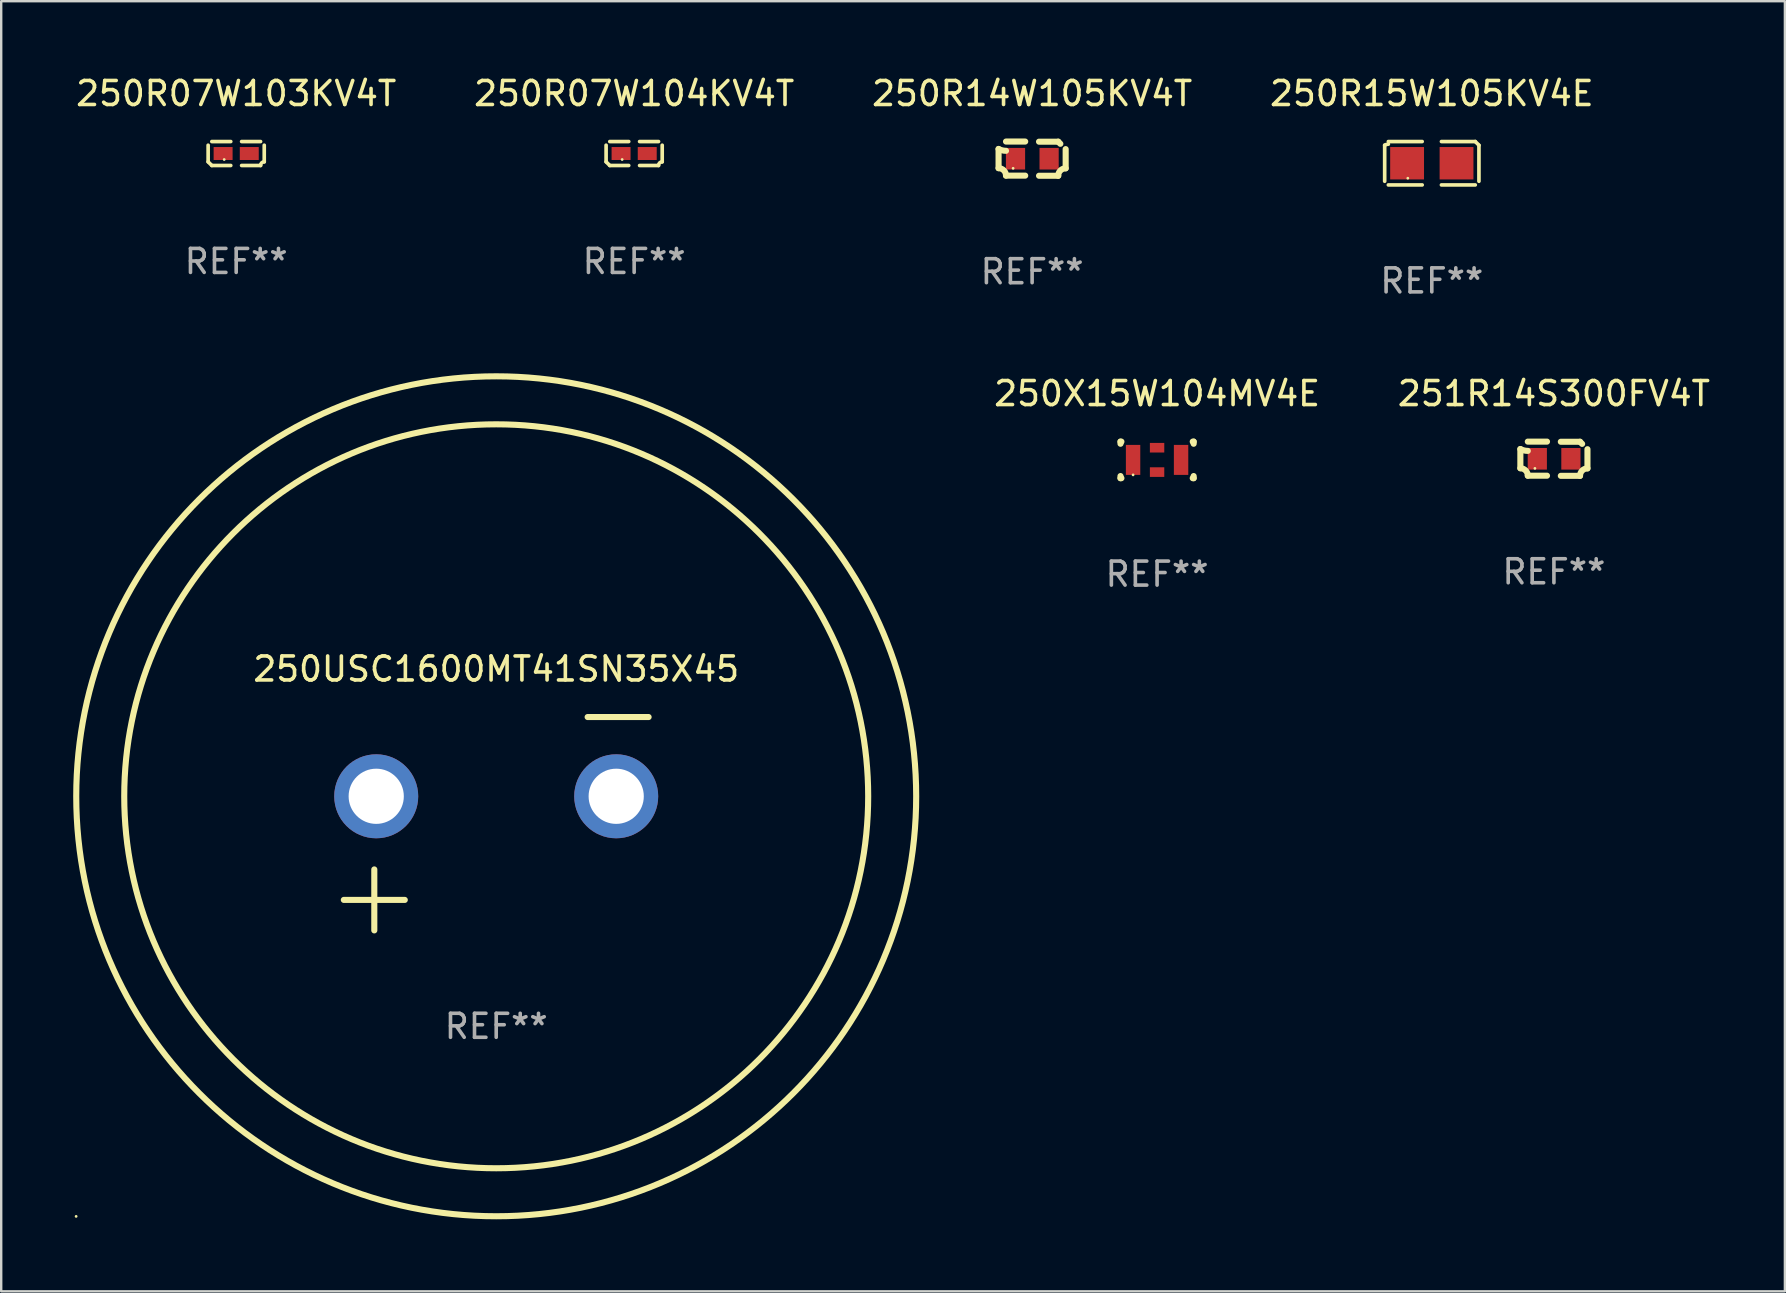
<source format=kicad_pcb>
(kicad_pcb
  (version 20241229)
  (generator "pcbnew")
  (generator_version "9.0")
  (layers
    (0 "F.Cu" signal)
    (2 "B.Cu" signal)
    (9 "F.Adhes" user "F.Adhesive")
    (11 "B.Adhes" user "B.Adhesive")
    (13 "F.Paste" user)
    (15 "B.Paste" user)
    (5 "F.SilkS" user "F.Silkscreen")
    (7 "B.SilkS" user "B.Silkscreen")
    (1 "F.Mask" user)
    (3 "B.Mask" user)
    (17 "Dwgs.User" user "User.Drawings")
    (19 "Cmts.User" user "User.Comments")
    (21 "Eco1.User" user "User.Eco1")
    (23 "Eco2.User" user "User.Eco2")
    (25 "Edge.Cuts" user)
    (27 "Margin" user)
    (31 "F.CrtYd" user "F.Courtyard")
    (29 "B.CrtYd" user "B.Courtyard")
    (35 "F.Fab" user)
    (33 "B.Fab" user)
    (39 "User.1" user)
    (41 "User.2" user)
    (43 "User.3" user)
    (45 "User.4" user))
  (footprint "250X15W104MV4E"
    (layer "F.Cu")
    (at 45.165 16.114)
    (property "Reference" "250X15W104MV4E" (at 0 -2.762 0) (layer "F.SilkS") (effects (font (size 1 1) (thickness 0.15))))
    (attr through_hole)
    (fp_line (start -1.524 -0.762) (end -1.524 -0.673) (stroke (width 0.254) (type solid)) (layer "F.SilkS"))
    (fp_line (start -1.524 0.673) (end -1.524 0.762) (stroke (width 0.254) (type solid)) (layer "F.SilkS"))
    (fp_line (start -1.524 0.762) (end -1.486 0.762) (stroke (width 0.254) (type solid)) (layer "F.SilkS"))
    (fp_line (start -1.486 -0.762) (end -1.524 -0.762) (stroke (width 0.254) (type solid)) (layer "F.SilkS"))
    (fp_line (start 1.486 0.762) (end 1.524 0.762) (stroke (width 0.254) (type solid)) (layer "F.SilkS"))
    (fp_line (start 1.524 -0.762) (end 1.486 -0.762) (stroke (width 0.254) (type solid)) (layer "F.SilkS"))
    (fp_line (start 1.524 -0.673) (end 1.524 -0.762) (stroke (width 0.254) (type solid)) (layer "F.SilkS"))
    (fp_line (start 1.524 0.762) (end 1.524 0.673) (stroke (width 0.254) (type solid)) (layer "F.SilkS"))
    (fp_circle (center -1 0.625) (end -0.97 0.625) (stroke (width 0.06) (type solid)) (fill no) (layer "F.SilkS"))
    (fp_text user "REF**" (at 0 4.762 0) (layer "F.Fab") (effects (font (size 1 1) (thickness 0.15))))
    (pad "1" smd rect (at -1 0) (size 0.6 1.25) (layers "F.Cu" "F.Mask" "F.Paste"))
    (pad "2" smd rect (at 1 0) (size 0.6 1.25) (layers "F.Cu" "F.Mask" "F.Paste"))
    (pad "3" smd rect (at 0 -0.508) (size 0.6 0.4) (layers "F.Cu" "F.Mask" "F.Paste"))
    (pad "3" smd rect (at 0 0.508) (size 0.6 0.4) (layers "F.Cu" "F.Mask" "F.Paste")))
  (footprint "250R15W105KV4E"
    (layer "F.Cu")
    (at 56.613 3.752)
    (property "Reference" "250R15W105KV4E" (at 0 -2.904 0) (layer "F.SilkS") (effects (font (size 1 1) (thickness 0.15))))
    (attr through_hole)
    (fp_line (start -1.964 0.751) (end -1.964 -0.751) (stroke (width 0.152) (type solid)) (layer "F.SilkS"))
    (fp_line (start -1.811 -0.904) (end -0.401 -0.904) (stroke (width 0.152) (type solid)) (layer "F.SilkS"))
    (fp_line (start -0.401 0.904) (end -1.811 0.904) (stroke (width 0.152) (type solid)) (layer "F.SilkS"))
    (fp_line (start 0.401 0.904) (end 1.811 0.904) (stroke (width 0.152) (type solid)) (layer "F.SilkS"))
    (fp_line (start 1.811 -0.904) (end 0.401 -0.904) (stroke (width 0.152) (type solid)) (layer "F.SilkS"))
    (fp_line (start 1.964 0.751) (end 1.964 -0.751) (stroke (width 0.152) (type solid)) (layer "F.SilkS"))
    (fp_arc (start -1.963602 -0.751207) (mid -1.890354 -0.783131) (end -1.811201 -0.794044) (stroke (width 0.1524) (type solid)) (layer "F.SilkS"))
    (fp_arc (start 1.811202 -0.903607) (mid 1.887413 -0.827418) (end 1.963602 -0.751207) (stroke (width 0.1524) (type solid)) (layer "F.SilkS"))
    (fp_circle (center -1 0.625) (end -0.97 0.625) (stroke (width 0.06) (type solid)) (fill no) (layer "F.SilkS"))
    (fp_text user "REF**" (at 0 4.904 0) (layer "F.Fab") (effects (font (size 1 1) (thickness 0.15))))
    (pad "1" smd rect (at -1.03 0) (size 1.41 1.35) (layers "F.Cu" "F.Mask" "F.Paste"))
    (pad "2" smd rect (at 1.03 0) (size 1.41 1.35) (layers "F.Cu" "F.Mask" "F.Paste")))
  (footprint "251R14S300FV4T"
    (layer "F.Cu")
    (at 61.701 16.065)
    (property "Reference" "251R14S300FV4T" (at 0 -2.713 0) (layer "F.SilkS") (effects (font (size 1 1) (thickness 0.15))))
    (attr through_hole)
    (fp_line (start -1.398 -0.403) (end -1.398 0.397) (stroke (width 0.254) (type solid)) (layer "F.SilkS"))
    (fp_line (start -0.288 -0.713) (end -1.088 -0.713) (stroke (width 0.254) (type solid)) (layer "F.SilkS"))
    (fp_line (start -0.288 0.707) (end -1.088 0.707) (stroke (width 0.254) (type solid)) (layer "F.SilkS"))
    (fp_line (start 0.288 -0.707) (end 1.088 -0.707) (stroke (width 0.254) (type solid)) (layer "F.SilkS"))
    (fp_line (start 0.288 0.713) (end 1.088 0.713) (stroke (width 0.254) (type solid)) (layer "F.SilkS"))
    (fp_line (start 1.398 -0.397) (end 1.398 0.403) (stroke (width 0.254) (type solid)) (layer "F.SilkS"))
    (fp_arc (start -1.397789 0.397066) (mid -1.178701 0.487826) (end -1.08796 0.706922) (stroke (width 0.254001) (type solid)) (layer "F.SilkS"))
    (fp_arc (start -1.08796 -0.327176) (mid -1.247436 -0.346384) (end -1.39779 -0.402908) (stroke (width 0.254001) (type solid)) (layer "F.SilkS"))
    (fp_arc (start 1.087909 0.712738) (mid 1.178656 0.493655) (end 1.397739 0.402908) (stroke (width 0.254001) (type solid)) (layer "F.SilkS"))
    (fp_arc (start 1.175925 -0.618926) (mid 1.131917 -0.662923) (end 1.08791 -0.706922) (stroke (width 0.254001) (type solid)) (layer "F.SilkS"))
    (fp_circle (center -0.792 0.403) (end -0.762 0.403) (stroke (width 0.06) (type solid)) (fill no) (layer "F.SilkS"))
    (fp_text user "REF**" (at 0 4.713 0) (layer "F.Fab") (effects (font (size 1 1) (thickness 0.15))))
    (pad "1" smd rect (at -0.692 0.003) (size 0.8 0.9) (layers "F.Cu" "F.Mask" "F.Paste"))
    (pad "2" smd rect (at 0.708 0.003) (size 0.8 0.9) (layers "F.Cu" "F.Mask" "F.Paste")))
  (footprint "250R07W103KV4T"
    (layer "F.Cu")
    (at 6.792 3.347)
    (property "Reference" "250R07W103KV4T" (at 0 -2.499 0) (layer "F.SilkS") (effects (font (size 1 1) (thickness 0.15))))
    (attr through_hole)
    (fp_line (start -1.169 0.346) (end -1.169 -0.346) (stroke (width 0.152) (type solid)) (layer "F.SilkS"))
    (fp_line (start -1.016 -0.499) (end -0.226 -0.499) (stroke (width 0.152) (type solid)) (layer "F.SilkS"))
    (fp_line (start -0.226 0.499) (end -1.016 0.499) (stroke (width 0.152) (type solid)) (layer "F.SilkS"))
    (fp_line (start 0.226 0.499) (end 1.016 0.499) (stroke (width 0.152) (type solid)) (layer "F.SilkS"))
    (fp_line (start 1.016 -0.499) (end 0.226 -0.499) (stroke (width 0.152) (type solid)) (layer "F.SilkS"))
    (fp_line (start 1.169 0.346) (end 1.169 -0.346) (stroke (width 0.152) (type solid)) (layer "F.SilkS"))
    (fp_arc (start -1.016307 0.498603) (mid -1.092512 0.422405) (end -1.16871 0.3462) (stroke (width 0.1524) (type solid)) (layer "F.SilkS"))
    (fp_arc (start 1.016307 0.498603) (mid 1.060899 0.390758) (end 1.168707 0.346076) (stroke (width 0.1524) (type solid)) (layer "F.SilkS"))
    (fp_circle (center -0.5 0.25) (end -0.47 0.25) (stroke (width 0.06) (type solid)) (fill no) (layer "F.SilkS"))
    (fp_text user "REF**" (at 0 4.499 0) (layer "F.Fab") (effects (font (size 1 1) (thickness 0.15))))
    (pad "1" smd rect (at -0.545 0) (size 0.79 0.54) (layers "F.Cu" "F.Mask" "F.Paste"))
    (pad "2" smd rect (at 0.545 0) (size 0.79 0.54) (layers "F.Cu" "F.Mask" "F.Paste")))
  (footprint "250R07W104KV4T"
    (layer "F.Cu")
    (at 23.375 3.347)
    (property "Reference" "250R07W104KV4T" (at 0 -2.499 0) (layer "F.SilkS") (effects (font (size 1 1) (thickness 0.15))))
    (attr through_hole)
    (fp_line (start -1.169 0.346) (end -1.169 -0.346) (stroke (width 0.152) (type solid)) (layer "F.SilkS"))
    (fp_line (start -1.016 -0.499) (end -0.226 -0.499) (stroke (width 0.152) (type solid)) (layer "F.SilkS"))
    (fp_line (start -0.226 0.499) (end -1.016 0.499) (stroke (width 0.152) (type solid)) (layer "F.SilkS"))
    (fp_line (start 0.226 0.499) (end 1.016 0.499) (stroke (width 0.152) (type solid)) (layer "F.SilkS"))
    (fp_line (start 1.016 -0.499) (end 0.226 -0.499) (stroke (width 0.152) (type solid)) (layer "F.SilkS"))
    (fp_line (start 1.169 0.346) (end 1.169 -0.346) (stroke (width 0.152) (type solid)) (layer "F.SilkS"))
    (fp_arc (start -1.016307 0.498603) (mid -1.092512 0.422405) (end -1.16871 0.3462) (stroke (width 0.1524) (type solid)) (layer "F.SilkS"))
    (fp_arc (start 1.016307 0.498603) (mid 1.060899 0.390758) (end 1.168707 0.346076) (stroke (width 0.1524) (type solid)) (layer "F.SilkS"))
    (fp_circle (center -0.5 0.25) (end -0.47 0.25) (stroke (width 0.06) (type solid)) (fill no) (layer "F.SilkS"))
    (fp_text user "REF**" (at 0 4.499 0) (layer "F.Fab") (effects (font (size 1 1) (thickness 0.15))))
    (pad "1" smd rect (at -0.545 0) (size 0.79 0.54) (layers "F.Cu" "F.Mask" "F.Paste"))
    (pad "2" smd rect (at 0.545 0) (size 0.79 0.54) (layers "F.Cu" "F.Mask" "F.Paste")))
  (footprint "250USC1600MT41SN35X45"
    (layer "F.Cu")
    (at 17.627 31.274)
    (property "Reference" "250USC1600MT41SN35X45" (at 0 -6.445 0) (layer "F.SilkS") (effects (font (size 1 1) (thickness 0.15))))
    (attr through_hole)
    (fp_line (start -6.35 3.175) (end -3.81 3.175) (stroke (width 0.254) (type solid)) (layer "F.SilkS"))
    (fp_line (start -5.08 1.905) (end -5.08 4.445) (stroke (width 0.254) (type solid)) (layer "F.SilkS"))
    (fp_line (start 3.81 -4.445) (end 6.35 -4.445) (stroke (width 0.254) (type solid)) (layer "F.SilkS"))
    (fp_circle (center -17.505 16.362) (end -17.475 16.362) (stroke (width 0.06) (type solid)) (fill no) (layer "F.SilkS"))
    (fp_circle (center 0 -1.143) (end 15.5 -1.143) (stroke (width 0.254) (type solid)) (fill no) (layer "F.SilkS"))
    (fp_circle (center 0 -1.143) (end 17.5 -1.143) (stroke (width 0.254) (type solid)) (fill no) (layer "F.SilkS"))
    (fp_text user "REF**" (at 0 8.445 0) (layer "F.Fab") (effects (font (size 1 1) (thickness 0.15))))
    (pad "1" thru_hole circle (at -5 -1.143) (size 3.5 3.5) (drill 2.3) (layers "*.Cu" "*.Mask"))
    (pad "2" thru_hole circle (at 5 -1.143) (size 3.5 3.5) (drill 2.3) (layers "*.Cu" "*.Mask")))
  (footprint "250R14W105KV4T"
    (layer "F.Cu")
    (at 39.958 3.561)
    (property "Reference" "250R14W105KV4T" (at 0 -2.713 0) (layer "F.SilkS") (effects (font (size 1 1) (thickness 0.15))))
    (attr through_hole)
    (fp_line (start -1.398 -0.403) (end -1.398 0.397) (stroke (width 0.254) (type solid)) (layer "F.SilkS"))
    (fp_line (start -0.288 -0.713) (end -1.088 -0.713) (stroke (width 0.254) (type solid)) (layer "F.SilkS"))
    (fp_line (start -0.288 0.707) (end -1.088 0.707) (stroke (width 0.254) (type solid)) (layer "F.SilkS"))
    (fp_line (start 0.288 -0.707) (end 1.088 -0.707) (stroke (width 0.254) (type solid)) (layer "F.SilkS"))
    (fp_line (start 0.288 0.713) (end 1.088 0.713) (stroke (width 0.254) (type solid)) (layer "F.SilkS"))
    (fp_line (start 1.398 -0.397) (end 1.398 0.403) (stroke (width 0.254) (type solid)) (layer "F.SilkS"))
    (fp_arc (start -1.397789 0.397066) (mid -1.178701 0.487826) (end -1.08796 0.706922) (stroke (width 0.254001) (type solid)) (layer "F.SilkS"))
    (fp_arc (start -1.08796 -0.327176) (mid -1.247436 -0.346384) (end -1.39779 -0.402908) (stroke (width 0.254001) (type solid)) (layer "F.SilkS"))
    (fp_arc (start 1.087909 0.712738) (mid 1.178656 0.493655) (end 1.397739 0.402908) (stroke (width 0.254001) (type solid)) (layer "F.SilkS"))
    (fp_arc (start 1.175925 -0.618926) (mid 1.131917 -0.662923) (end 1.08791 -0.706922) (stroke (width 0.254001) (type solid)) (layer "F.SilkS"))
    (fp_circle (center -0.792 0.403) (end -0.762 0.403) (stroke (width 0.06) (type solid)) (fill no) (layer "F.SilkS"))
    (fp_text user "REF**" (at 0 4.713 0) (layer "F.Fab") (effects (font (size 1 1) (thickness 0.15))))
    (pad "1" smd rect (at -0.692 0.003) (size 0.8 0.9) (layers "F.Cu" "F.Mask" "F.Paste"))
    (pad "2" smd rect (at 0.708 0.003) (size 0.8 0.9) (layers "F.Cu" "F.Mask" "F.Paste")))
  (gr_rect
    (start -3 -3)
    (end 71.326 50.758)
    (stroke (width 0.1) (type default))
    (fill no)
    (layer "Edge.Cuts")))
</source>
